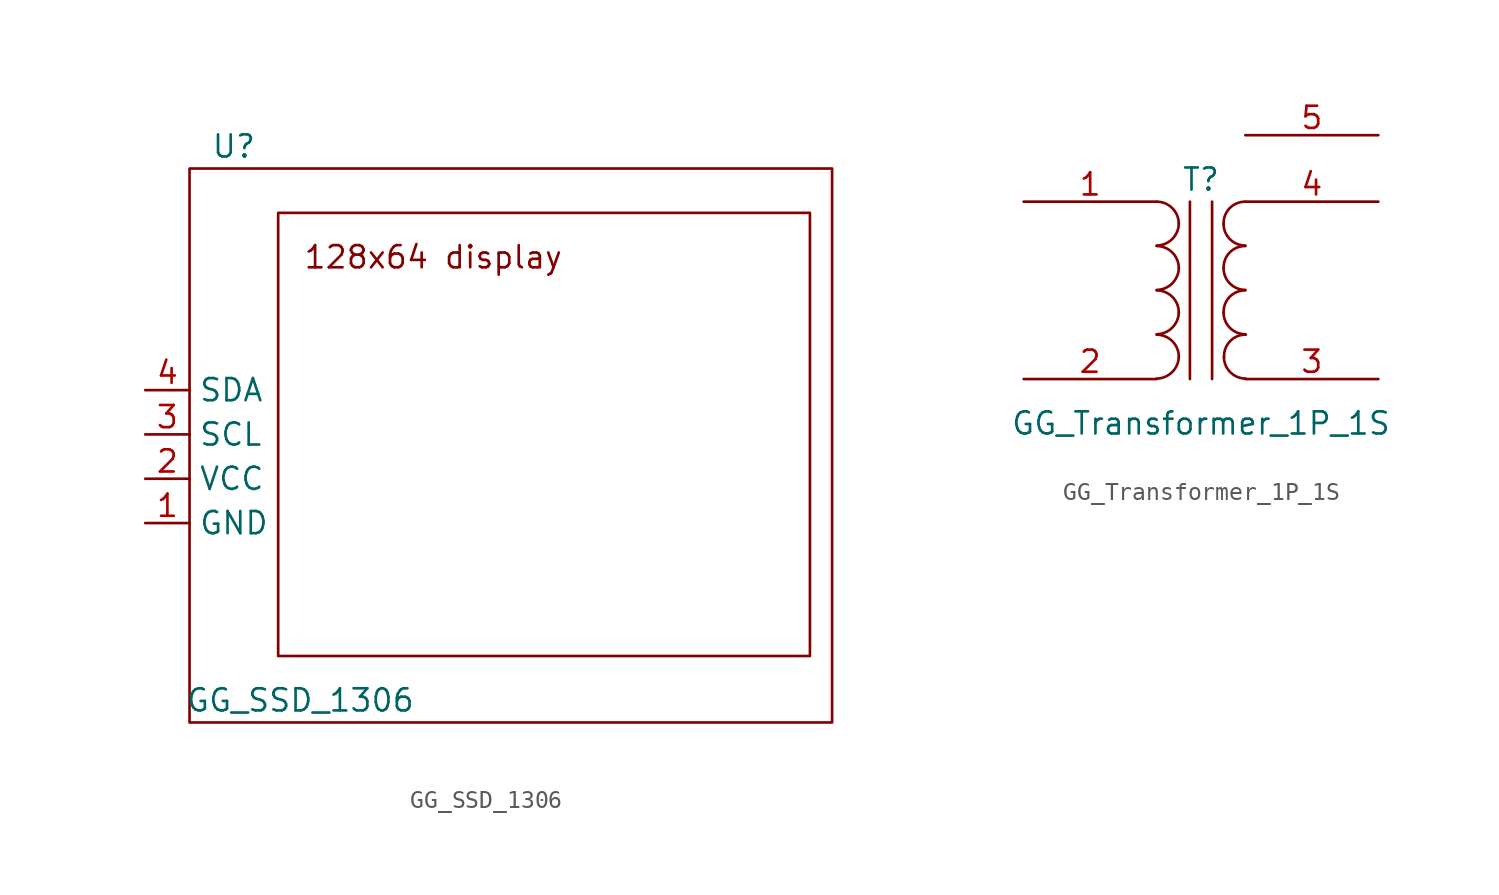
<source format=kicad_sym>
(kicad_symbol_lib
  (version 20211014)
  (generator kicad_symbol_editor)
  (symbol "GG_SSD_1306"
    (property "Reference" "U"
      (at -3.81 22.86 0)
      (effects (font (size 1.27 1.27))))
    (property "Value" "GG_SSD_1306"
      (at 0 -8.89 0)
      (effects (font (size 1.27 1.27))))
    (symbol "GG_SSD_1306_0_0"
      (text "128x64 display" (at 7.62 16.51 0) (effects (font (size 1.27 1.27)))))
    (symbol "GG_SSD_1306_0_1"
      (rectangle (start -6.35 21.59) (end 30.48 -10.16) (stroke (width 0.152) (type default) (color 0 0 0 0)) (fill (type none)))
      (rectangle (start -1.27 19.05) (end 29.21 -6.35) (stroke (width 0.152) (type default) (color 0 0 0 0)) (fill (type none))))
    (symbol "GG_SSD_1306_1_1"
      (pin power_in line (at -8.89 1.27 0) (length 2.54) (name "GND" (effects (font (size 1.27 1.27)))) (number "1" (effects (font (size 1.27 1.27)))))
      (pin power_in line (at -8.89 3.81 0) (length 2.54) (name "VCC" (effects (font (size 1.27 1.27)))) (number "2" (effects (font (size 1.27 1.27)))))
      (pin input line (at -8.89 6.35 0) (length 2.54) (name "SCL" (effects (font (size 1.27 1.27)))) (number "3" (effects (font (size 1.27 1.27)))))
      (pin input line (at -8.89 8.89 0) (length 2.54) (name "SDA" (effects (font (size 1.27 1.27)))) (number "4" (effects (font (size 1.27 1.27)))))))
  (symbol "GG_Transformer_1P_1S"
    (pin_names
      (offset 1.016) hide)
    (property "Reference" "T"
      (at 0 6.35 0)
      (effects (font (size 1.27 1.27))))
    (property "Value" "GG_Transformer_1P_1S"
      (at 0 -7.62 0)
      (effects (font (size 1.27 1.27))))
    (symbol "GG_Transformer_1P_1S_0_1"
      (arc (start -2.54 -5.0546) (mid -1.6561 -4.6863) (end -1.27 -3.81) (stroke (width 0) (type default) (color 0 0 0 0)) (fill (type none)))
      (arc (start -2.54 -2.5146) (mid -1.6561 -2.1463) (end -1.27 -1.27) (stroke (width 0) (type default) (color 0 0 0 0)) (fill (type none)))
      (arc (start -2.54 0.0254) (mid -1.6561 0.3937) (end -1.27 1.27) (stroke (width 0) (type default) (color 0 0 0 0)) (fill (type none)))
      (arc (start -2.54 2.5654) (mid -1.6561 2.9337) (end -1.27 3.81) (stroke (width 0) (type default) (color 0 0 0 0)) (fill (type none)))
      (arc (start -1.27 -3.81) (mid -1.642 -2.912) (end -2.54 -2.54) (stroke (width 0) (type default) (color 0 0 0 0)) (fill (type none)))
      (arc (start -1.27 -1.27) (mid -1.642 -0.372) (end -2.54 0) (stroke (width 0) (type default) (color 0 0 0 0)) (fill (type none)))
      (arc (start -1.27 1.27) (mid -1.642 2.168) (end -2.54 2.54) (stroke (width 0) (type default) (color 0 0 0 0)) (fill (type none)))
      (arc (start -1.27 3.81) (mid -1.642 4.708) (end -2.54 5.08) (stroke (width 0) (type default) (color 0 0 0 0)) (fill (type none)))
      (polyline (pts (xy -0.635 5.08) (xy -0.635 -5.08)) (stroke (width 0) (type default) (color 0 0 0 0)) (fill (type none)))
      (polyline (pts (xy 0.635 -5.08) (xy 0.635 5.08)) (stroke (width 0) (type default) (color 0 0 0 0)) (fill (type none)))
      (arc (start 1.2954 -1.27) (mid 1.6599 -2.1501) (end 2.54 -2.5146) (stroke (width 0) (type default) (color 0 0 0 0)) (fill (type none)))
      (arc (start 1.2954 1.27) (mid 1.6599 0.3899) (end 2.54 0.0254) (stroke (width 0) (type default) (color 0 0 0 0)) (fill (type none)))
      (arc (start 1.2954 3.81) (mid 1.6599 2.9299) (end 2.54 2.5654) (stroke (width 0) (type default) (color 0 0 0 0)) (fill (type none)))
      (arc (start 1.3208 -3.81) (mid 1.6853 -4.6901) (end 2.5654 -5.0546) (stroke (width 0) (type default) (color 0 0 0 0)) (fill (type none)))
      (arc (start 2.54 0) (mid 1.6456 -0.3683) (end 1.2954 -1.27) (stroke (width 0) (type default) (color 0 0 0 0)) (fill (type none)))
      (arc (start 2.54 2.54) (mid 1.6456 2.1717) (end 1.2954 1.27) (stroke (width 0) (type default) (color 0 0 0 0)) (fill (type none)))
      (arc (start 2.54 5.08) (mid 1.6456 4.7117) (end 1.2954 3.81) (stroke (width 0) (type default) (color 0 0 0 0)) (fill (type none)))
      (arc (start 2.5654 -2.54) (mid 1.671 -2.9083) (end 1.3208 -3.81) (stroke (width 0) (type default) (color 0 0 0 0)) (fill (type none))))
    (symbol "GG_Transformer_1P_1S_1_1"
      (pin passive line (at -10.16 5.08 0) (length 7.62) (name "AA" (effects (font (size 1.27 1.27)))) (number "1" (effects (font (size 1.27 1.27)))))
      (pin passive line (at -10.16 -5.08 0) (length 7.62) (name "AB" (effects (font (size 1.27 1.27)))) (number "2" (effects (font (size 1.27 1.27)))))
      (pin passive line (at 10.16 -5.08 180) (length 7.62) (name "SA" (effects (font (size 1.27 1.27)))) (number "3" (effects (font (size 1.27 1.27)))))
      (pin passive line (at 10.16 5.08 180) (length 7.62) (name "SB" (effects (font (size 1.27 1.27)))) (number "4" (effects (font (size 1.27 1.27)))))
      (pin passive line (at 10.16 8.89 180) (length 7.62) (name "NC" (effects (font (size 1.27 1.27)))) (number "5" (effects (font (size 1.27 1.27))))))))
</source>
